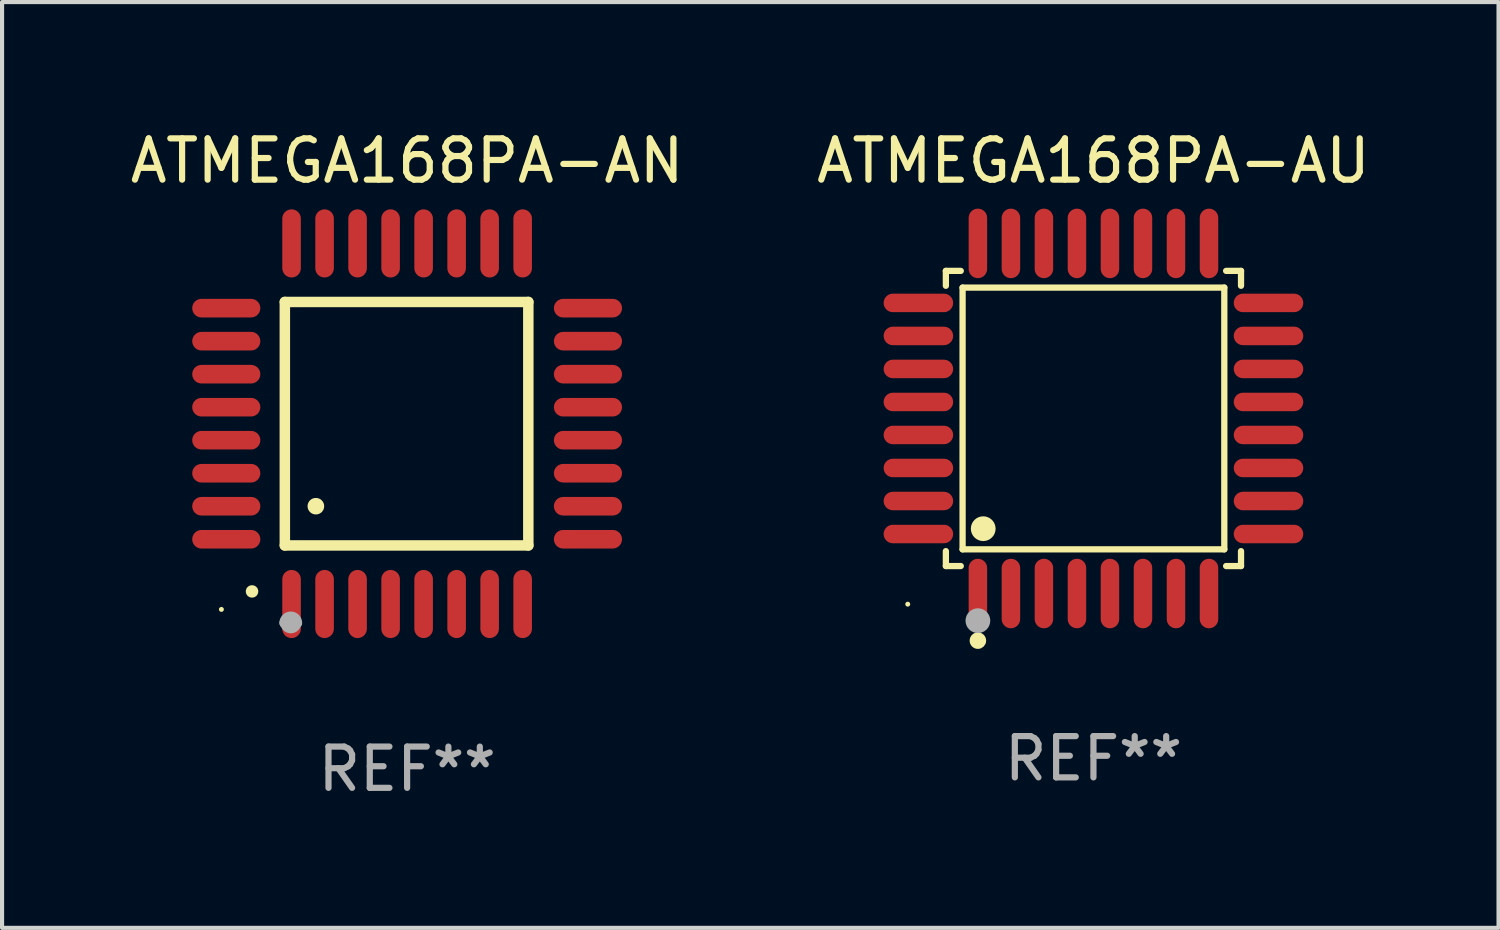
<source format=kicad_pcb>
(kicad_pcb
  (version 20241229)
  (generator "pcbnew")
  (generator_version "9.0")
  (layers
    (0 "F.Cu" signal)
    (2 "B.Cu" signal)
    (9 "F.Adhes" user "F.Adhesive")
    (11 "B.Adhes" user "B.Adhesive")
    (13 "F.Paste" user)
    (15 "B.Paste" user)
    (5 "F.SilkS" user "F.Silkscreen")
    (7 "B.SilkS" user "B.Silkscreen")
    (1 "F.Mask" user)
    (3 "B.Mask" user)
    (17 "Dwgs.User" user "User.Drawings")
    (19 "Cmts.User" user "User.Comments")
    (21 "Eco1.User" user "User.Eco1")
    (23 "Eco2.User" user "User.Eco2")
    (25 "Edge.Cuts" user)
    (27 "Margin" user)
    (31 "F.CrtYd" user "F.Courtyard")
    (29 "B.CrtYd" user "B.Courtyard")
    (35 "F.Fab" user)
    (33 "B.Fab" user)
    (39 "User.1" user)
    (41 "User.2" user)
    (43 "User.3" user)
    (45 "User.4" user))
  (footprint "ATMEGA168PA-AU"
    (layer "F.Cu")
    (at 23.446 7.09)
    (property "Reference" "ATMEGA168PA-AU" (at 0 -6.242 0) (layer "F.SilkS") (effects (font (size 1 1) (thickness 0.15))))
    (attr through_hole)
    (fp_line (start -3.576 -3.576) (end -3.215 -3.576) (stroke (width 0.152) (type solid)) (layer "F.SilkS"))
    (fp_line (start -3.576 -3.215) (end -3.576 -3.576) (stroke (width 0.152) (type solid)) (layer "F.SilkS"))
    (fp_line (start -3.576 3.215) (end -3.576 3.576) (stroke (width 0.152) (type solid)) (layer "F.SilkS"))
    (fp_line (start -3.576 3.576) (end -3.215 3.576) (stroke (width 0.152) (type solid)) (layer "F.SilkS"))
    (fp_line (start -3.171 -3.171) (end 3.171 -3.171) (stroke (width 0.152) (type solid)) (layer "F.SilkS"))
    (fp_line (start -3.171 3.171) (end -3.171 -3.171) (stroke (width 0.152) (type solid)) (layer "F.SilkS"))
    (fp_line (start 3.171 -3.171) (end 3.171 3.171) (stroke (width 0.152) (type solid)) (layer "F.SilkS"))
    (fp_line (start 3.171 3.171) (end -3.171 3.171) (stroke (width 0.152) (type solid)) (layer "F.SilkS"))
    (fp_line (start 3.576 -3.576) (end 3.215 -3.576) (stroke (width 0.152) (type solid)) (layer "F.SilkS"))
    (fp_line (start 3.576 -3.215) (end 3.576 -3.576) (stroke (width 0.152) (type solid)) (layer "F.SilkS"))
    (fp_line (start 3.576 3.215) (end 3.576 3.576) (stroke (width 0.152) (type solid)) (layer "F.SilkS"))
    (fp_line (start 3.576 3.576) (end 3.215 3.576) (stroke (width 0.152) (type solid)) (layer "F.SilkS"))
    (fp_circle (center -4.5 4.5) (end -4.47 4.5) (stroke (width 0.06) (type solid)) (fill no) (layer "F.SilkS"))
    (fp_circle (center -2.8 5.384) (end -2.7 5.384) (stroke (width 0.2) (type solid)) (fill no) (layer "F.SilkS"))
    (fp_circle (center -2.671 2.671) (end -2.521 2.671) (stroke (width 0.3) (type solid)) (fill no) (layer "F.SilkS"))
    (fp_circle (center -2.8 4.9) (end -2.65 4.9) (stroke (width 0.3) (type solid)) (fill no) (layer "F.Fab"))
    (fp_text user "REF**" (at 0 8.242 0) (layer "F.Fab") (effects (font (size 1 1) (thickness 0.15))))
    (pad "1" smd oval (at -2.8 4.242) (size 0.448 1.684) (layers "F.Cu" "F.Mask" "F.Paste"))
    (pad "2" smd oval (at -2 4.242) (size 0.448 1.684) (layers "F.Cu" "F.Mask" "F.Paste"))
    (pad "3" smd oval (at -1.2 4.242) (size 0.448 1.684) (layers "F.Cu" "F.Mask" "F.Paste"))
    (pad "4" smd oval (at -0.4 4.242) (size 0.448 1.684) (layers "F.Cu" "F.Mask" "F.Paste"))
    (pad "5" smd oval (at 0.4 4.242) (size 0.448 1.684) (layers "F.Cu" "F.Mask" "F.Paste"))
    (pad "6" smd oval (at 1.2 4.242) (size 0.448 1.684) (layers "F.Cu" "F.Mask" "F.Paste"))
    (pad "7" smd oval (at 2 4.242) (size 0.448 1.684) (layers "F.Cu" "F.Mask" "F.Paste"))
    (pad "8" smd oval (at 2.8 4.242) (size 0.448 1.684) (layers "F.Cu" "F.Mask" "F.Paste"))
    (pad "9" smd oval (at 4.242 2.8) (size 1.684 0.448) (layers "F.Cu" "F.Mask" "F.Paste"))
    (pad "10" smd oval (at 4.242 2) (size 1.684 0.448) (layers "F.Cu" "F.Mask" "F.Paste"))
    (pad "11" smd oval (at 4.242 1.2) (size 1.684 0.448) (layers "F.Cu" "F.Mask" "F.Paste"))
    (pad "12" smd oval (at 4.242 0.4) (size 1.684 0.448) (layers "F.Cu" "F.Mask" "F.Paste"))
    (pad "13" smd oval (at 4.242 -0.4) (size 1.684 0.448) (layers "F.Cu" "F.Mask" "F.Paste"))
    (pad "14" smd oval (at 4.242 -1.2) (size 1.684 0.448) (layers "F.Cu" "F.Mask" "F.Paste"))
    (pad "15" smd oval (at 4.242 -2) (size 1.684 0.448) (layers "F.Cu" "F.Mask" "F.Paste"))
    (pad "16" smd oval (at 4.242 -2.8) (size 1.684 0.448) (layers "F.Cu" "F.Mask" "F.Paste"))
    (pad "17" smd oval (at 2.8 -4.242) (size 0.448 1.684) (layers "F.Cu" "F.Mask" "F.Paste"))
    (pad "18" smd oval (at 2 -4.242) (size 0.448 1.684) (layers "F.Cu" "F.Mask" "F.Paste"))
    (pad "19" smd oval (at 1.2 -4.242) (size 0.448 1.684) (layers "F.Cu" "F.Mask" "F.Paste"))
    (pad "20" smd oval (at 0.4 -4.242) (size 0.448 1.684) (layers "F.Cu" "F.Mask" "F.Paste"))
    (pad "21" smd oval (at -0.4 -4.242) (size 0.448 1.684) (layers "F.Cu" "F.Mask" "F.Paste"))
    (pad "22" smd oval (at -1.2 -4.242) (size 0.448 1.684) (layers "F.Cu" "F.Mask" "F.Paste"))
    (pad "23" smd oval (at -2 -4.242) (size 0.448 1.684) (layers "F.Cu" "F.Mask" "F.Paste"))
    (pad "24" smd oval (at -2.8 -4.242) (size 0.448 1.684) (layers "F.Cu" "F.Mask" "F.Paste"))
    (pad "25" smd oval (at -4.242 -2.8) (size 1.684 0.448) (layers "F.Cu" "F.Mask" "F.Paste"))
    (pad "26" smd oval (at -4.242 -2) (size 1.684 0.448) (layers "F.Cu" "F.Mask" "F.Paste"))
    (pad "27" smd oval (at -4.242 -1.2) (size 1.684 0.448) (layers "F.Cu" "F.Mask" "F.Paste"))
    (pad "28" smd oval (at -4.242 -0.4) (size 1.684 0.448) (layers "F.Cu" "F.Mask" "F.Paste"))
    (pad "29" smd oval (at -4.242 0.4) (size 1.684 0.448) (layers "F.Cu" "F.Mask" "F.Paste"))
    (pad "30" smd oval (at -4.242 1.2) (size 1.684 0.448) (layers "F.Cu" "F.Mask" "F.Paste"))
    (pad "31" smd oval (at -4.242 2) (size 1.684 0.448) (layers "F.Cu" "F.Mask" "F.Paste"))
    (pad "32" smd oval (at -4.242 2.8) (size 1.684 0.448) (layers "F.Cu" "F.Mask" "F.Paste")))
  (footprint "ATMEGA168PA-AN"
    (layer "F.Cu")
    (at 6.815 7.217)
    (property "Reference" "ATMEGA168PA-AN" (at 0 -6.369 0) (layer "F.SilkS") (effects (font (size 1 1) (thickness 0.15))))
    (attr through_hole)
    (fp_line (start -2.963 -2.95) (end -2.963 2.95) (stroke (width 0.254) (type solid)) (layer "F.SilkS"))
    (fp_line (start -2.963 2.95) (end 2.937 2.95) (stroke (width 0.254) (type solid)) (layer "F.SilkS"))
    (fp_line (start 2.937 -2.95) (end -2.963 -2.95) (stroke (width 0.254) (type solid)) (layer "F.SilkS"))
    (fp_line (start 2.937 2.95) (end 2.937 -2.95) (stroke (width 0.254) (type solid)) (layer "F.SilkS"))
    (fp_arc (start -3.759208 4.064008) (mid -3.757938 4.064003) (end -3.756668 4.064008) (stroke (width 0.3) (type solid)) (layer "F.SilkS"))
    (fp_arc (start -2.212344 1.998984) (mid -2.211074 1.99898) (end -2.209804 1.998984) (stroke (width 0.4) (type solid)) (layer "F.SilkS"))
    (fp_circle (center -4.5 4.5) (end -4.47 4.5) (stroke (width 0.06) (type solid)) (fill no) (layer "F.SilkS"))
    (fp_arc (start -2.967489 4.82601) (mid -2.819406 4.677927) (end -2.671323 4.82601) (stroke (width 0.254001) (type solid)) (layer "F.Fab"))
    (fp_arc (start -2.967488 4.82601) (mid -2.819406 4.791053) (end -2.671324 4.82601) (stroke (width 0.254001) (type solid)) (layer "F.Fab"))
    (fp_circle (center -2.819 4.826) (end -2.692 4.826) (stroke (width 0.254) (type solid)) (fill no) (layer "F.Fab"))
    (fp_text user "REF**" (at 0 8.369 0) (layer "F.Fab") (effects (font (size 1 1) (thickness 0.15))))
    (pad "1" smd oval (at -2.8 4.369) (size 0.45 1.65) (layers "F.Cu" "F.Mask" "F.Paste"))
    (pad "2" smd oval (at -2 4.369) (size 0.45 1.65) (layers "F.Cu" "F.Mask" "F.Paste"))
    (pad "3" smd oval (at -1.2 4.369) (size 0.45 1.65) (layers "F.Cu" "F.Mask" "F.Paste"))
    (pad "4" smd oval (at -0.4 4.369) (size 0.45 1.65) (layers "F.Cu" "F.Mask" "F.Paste"))
    (pad "5" smd oval (at 0.4 4.369) (size 0.45 1.65) (layers "F.Cu" "F.Mask" "F.Paste"))
    (pad "6" smd oval (at 1.2 4.369) (size 0.45 1.65) (layers "F.Cu" "F.Mask" "F.Paste"))
    (pad "7" smd oval (at 2 4.369) (size 0.45 1.65) (layers "F.Cu" "F.Mask" "F.Paste"))
    (pad "8" smd oval (at 2.8 4.369) (size 0.45 1.65) (layers "F.Cu" "F.Mask" "F.Paste"))
    (pad "9" smd oval (at 4.382 2.8) (size 1.65 0.45) (layers "F.Cu" "F.Mask" "F.Paste"))
    (pad "10" smd oval (at 4.382 2) (size 1.65 0.45) (layers "F.Cu" "F.Mask" "F.Paste"))
    (pad "11" smd oval (at 4.382 1.2) (size 1.65 0.45) (layers "F.Cu" "F.Mask" "F.Paste"))
    (pad "12" smd oval (at 4.382 0.4) (size 1.65 0.45) (layers "F.Cu" "F.Mask" "F.Paste"))
    (pad "13" smd oval (at 4.382 -0.4) (size 1.65 0.45) (layers "F.Cu" "F.Mask" "F.Paste"))
    (pad "14" smd oval (at 4.382 -1.2) (size 1.65 0.45) (layers "F.Cu" "F.Mask" "F.Paste"))
    (pad "15" smd oval (at 4.382 -2) (size 1.65 0.45) (layers "F.Cu" "F.Mask" "F.Paste"))
    (pad "16" smd oval (at 4.382 -2.8) (size 1.65 0.45) (layers "F.Cu" "F.Mask" "F.Paste"))
    (pad "17" smd oval (at 2.8 -4.369) (size 0.45 1.65) (layers "F.Cu" "F.Mask" "F.Paste"))
    (pad "18" smd oval (at 2 -4.369) (size 0.45 1.65) (layers "F.Cu" "F.Mask" "F.Paste"))
    (pad "19" smd oval (at 1.2 -4.369) (size 0.45 1.65) (layers "F.Cu" "F.Mask" "F.Paste"))
    (pad "20" smd oval (at 0.4 -4.369) (size 0.45 1.65) (layers "F.Cu" "F.Mask" "F.Paste"))
    (pad "21" smd oval (at -0.4 -4.369) (size 0.45 1.65) (layers "F.Cu" "F.Mask" "F.Paste"))
    (pad "22" smd oval (at -1.2 -4.369) (size 0.45 1.65) (layers "F.Cu" "F.Mask" "F.Paste"))
    (pad "23" smd oval (at -2 -4.369) (size 0.45 1.65) (layers "F.Cu" "F.Mask" "F.Paste"))
    (pad "24" smd oval (at -2.8 -4.369) (size 0.45 1.65) (layers "F.Cu" "F.Mask" "F.Paste"))
    (pad "25" smd oval (at -4.382 -2.8) (size 1.65 0.45) (layers "F.Cu" "F.Mask" "F.Paste"))
    (pad "26" smd oval (at -4.382 -2) (size 1.65 0.45) (layers "F.Cu" "F.Mask" "F.Paste"))
    (pad "27" smd oval (at -4.382 -1.2) (size 1.65 0.45) (layers "F.Cu" "F.Mask" "F.Paste"))
    (pad "28" smd oval (at -4.382 -0.4) (size 1.65 0.45) (layers "F.Cu" "F.Mask" "F.Paste"))
    (pad "29" smd oval (at -4.382 0.4) (size 1.65 0.45) (layers "F.Cu" "F.Mask" "F.Paste"))
    (pad "30" smd oval (at -4.382 1.2) (size 1.65 0.45) (layers "F.Cu" "F.Mask" "F.Paste"))
    (pad "31" smd oval (at -4.382 2) (size 1.65 0.45) (layers "F.Cu" "F.Mask" "F.Paste"))
    (pad "32" smd oval (at -4.382 2.8) (size 1.65 0.45) (layers "F.Cu" "F.Mask" "F.Paste")))
  (gr_rect
    (start -3 -3)
    (end 33.262 19.434)
    (stroke (width 0.1) (type default))
    (fill no)
    (layer "Edge.Cuts")))
</source>
